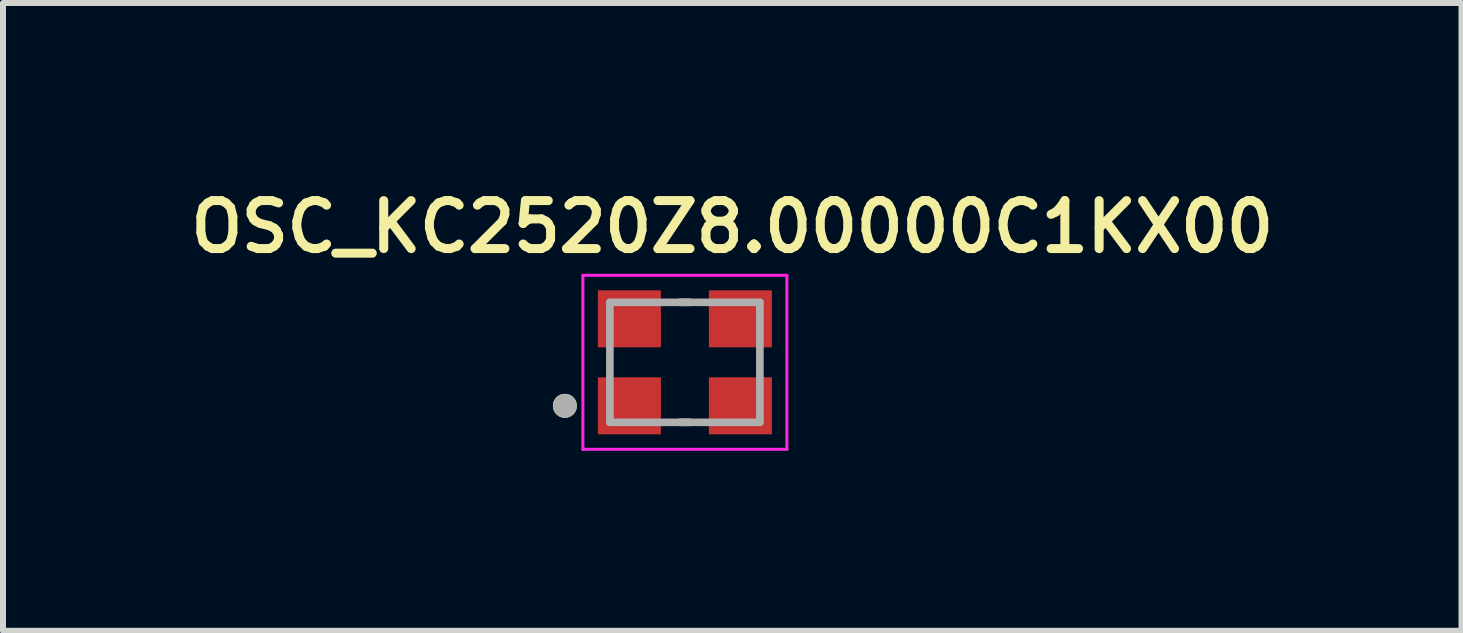
<source format=kicad_pcb>
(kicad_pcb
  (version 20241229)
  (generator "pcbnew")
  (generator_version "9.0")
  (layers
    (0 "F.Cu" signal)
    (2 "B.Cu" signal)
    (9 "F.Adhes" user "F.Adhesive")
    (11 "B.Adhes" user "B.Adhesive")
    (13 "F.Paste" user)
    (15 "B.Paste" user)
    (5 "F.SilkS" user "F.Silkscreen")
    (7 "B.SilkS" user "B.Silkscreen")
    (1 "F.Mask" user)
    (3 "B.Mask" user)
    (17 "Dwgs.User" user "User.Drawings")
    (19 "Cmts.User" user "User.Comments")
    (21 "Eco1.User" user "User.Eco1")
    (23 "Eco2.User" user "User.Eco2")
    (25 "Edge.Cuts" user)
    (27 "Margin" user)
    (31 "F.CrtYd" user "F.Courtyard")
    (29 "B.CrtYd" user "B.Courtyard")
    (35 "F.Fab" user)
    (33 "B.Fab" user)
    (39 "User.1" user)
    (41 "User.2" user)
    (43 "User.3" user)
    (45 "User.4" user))
  (footprint "OSC_KC2520Z8.00000C1KX00"
    (layer "F.Cu")
    (at 8.365 2.989)
    (property "Reference" "OSC_KC2520Z8.00000C1KX00" (at 0.79 -2.258 0) (layer "F.SilkS") (effects (font (size 0.8 0.8) (thickness 0.15))))
    (attr smd)
    (fp_line (start -0.08 -1) (end 0.08 -1) (stroke (width 0.127) (type solid)) (layer "F.SilkS"))
    (fp_line (start 0.08 1) (end -0.08 1) (stroke (width 0.127) (type solid)) (layer "F.SilkS"))
    (fp_circle (center -2 0.725) (end -1.9 0.725) (stroke (width 0.2) (type solid)) (fill no) (layer "F.SilkS"))
    (fp_line (start -1.7 -1.45) (end 1.7 -1.45) (stroke (width 0.05) (type solid)) (layer "F.CrtYd"))
    (fp_line (start -1.7 1.45) (end -1.7 -1.45) (stroke (width 0.05) (type solid)) (layer "F.CrtYd"))
    (fp_line (start 1.7 -1.45) (end 1.7 1.45) (stroke (width 0.05) (type solid)) (layer "F.CrtYd"))
    (fp_line (start 1.7 1.45) (end -1.7 1.45) (stroke (width 0.05) (type solid)) (layer "F.CrtYd"))
    (fp_line (start -1.25 -1) (end 1.25 -1) (stroke (width 0.127) (type solid)) (layer "F.Fab"))
    (fp_line (start -1.25 1) (end -1.25 -1) (stroke (width 0.127) (type solid)) (layer "F.Fab"))
    (fp_line (start 1.25 -1) (end 1.25 1) (stroke (width 0.127) (type solid)) (layer "F.Fab"))
    (fp_line (start 1.25 1) (end -1.25 1) (stroke (width 0.127) (type solid)) (layer "F.Fab"))
    (fp_circle (center -2 0.725) (end -1.9 0.725) (stroke (width 0.2) (type solid)) (fill no) (layer "F.Fab"))
    (pad "1" smd rect (at -0.925 0.725) (size 1.05 0.95) (layers "F.Cu" "F.Mask" "F.Paste"))
    (pad "2" smd rect (at 0.925 0.725) (size 1.05 0.95) (layers "F.Cu" "F.Mask" "F.Paste"))
    (pad "3" smd rect (at 0.925 -0.725) (size 1.05 0.95) (layers "F.Cu" "F.Mask" "F.Paste"))
    (pad "4" smd rect (at -0.925 -0.725) (size 1.05 0.95) (layers "F.Cu" "F.Mask" "F.Paste")))
  (gr_rect
    (start -3 -3)
    (end 21.309 7.464)
    (stroke (width 0.1) (type default))
    (fill no)
    (layer "Edge.Cuts")))
</source>
